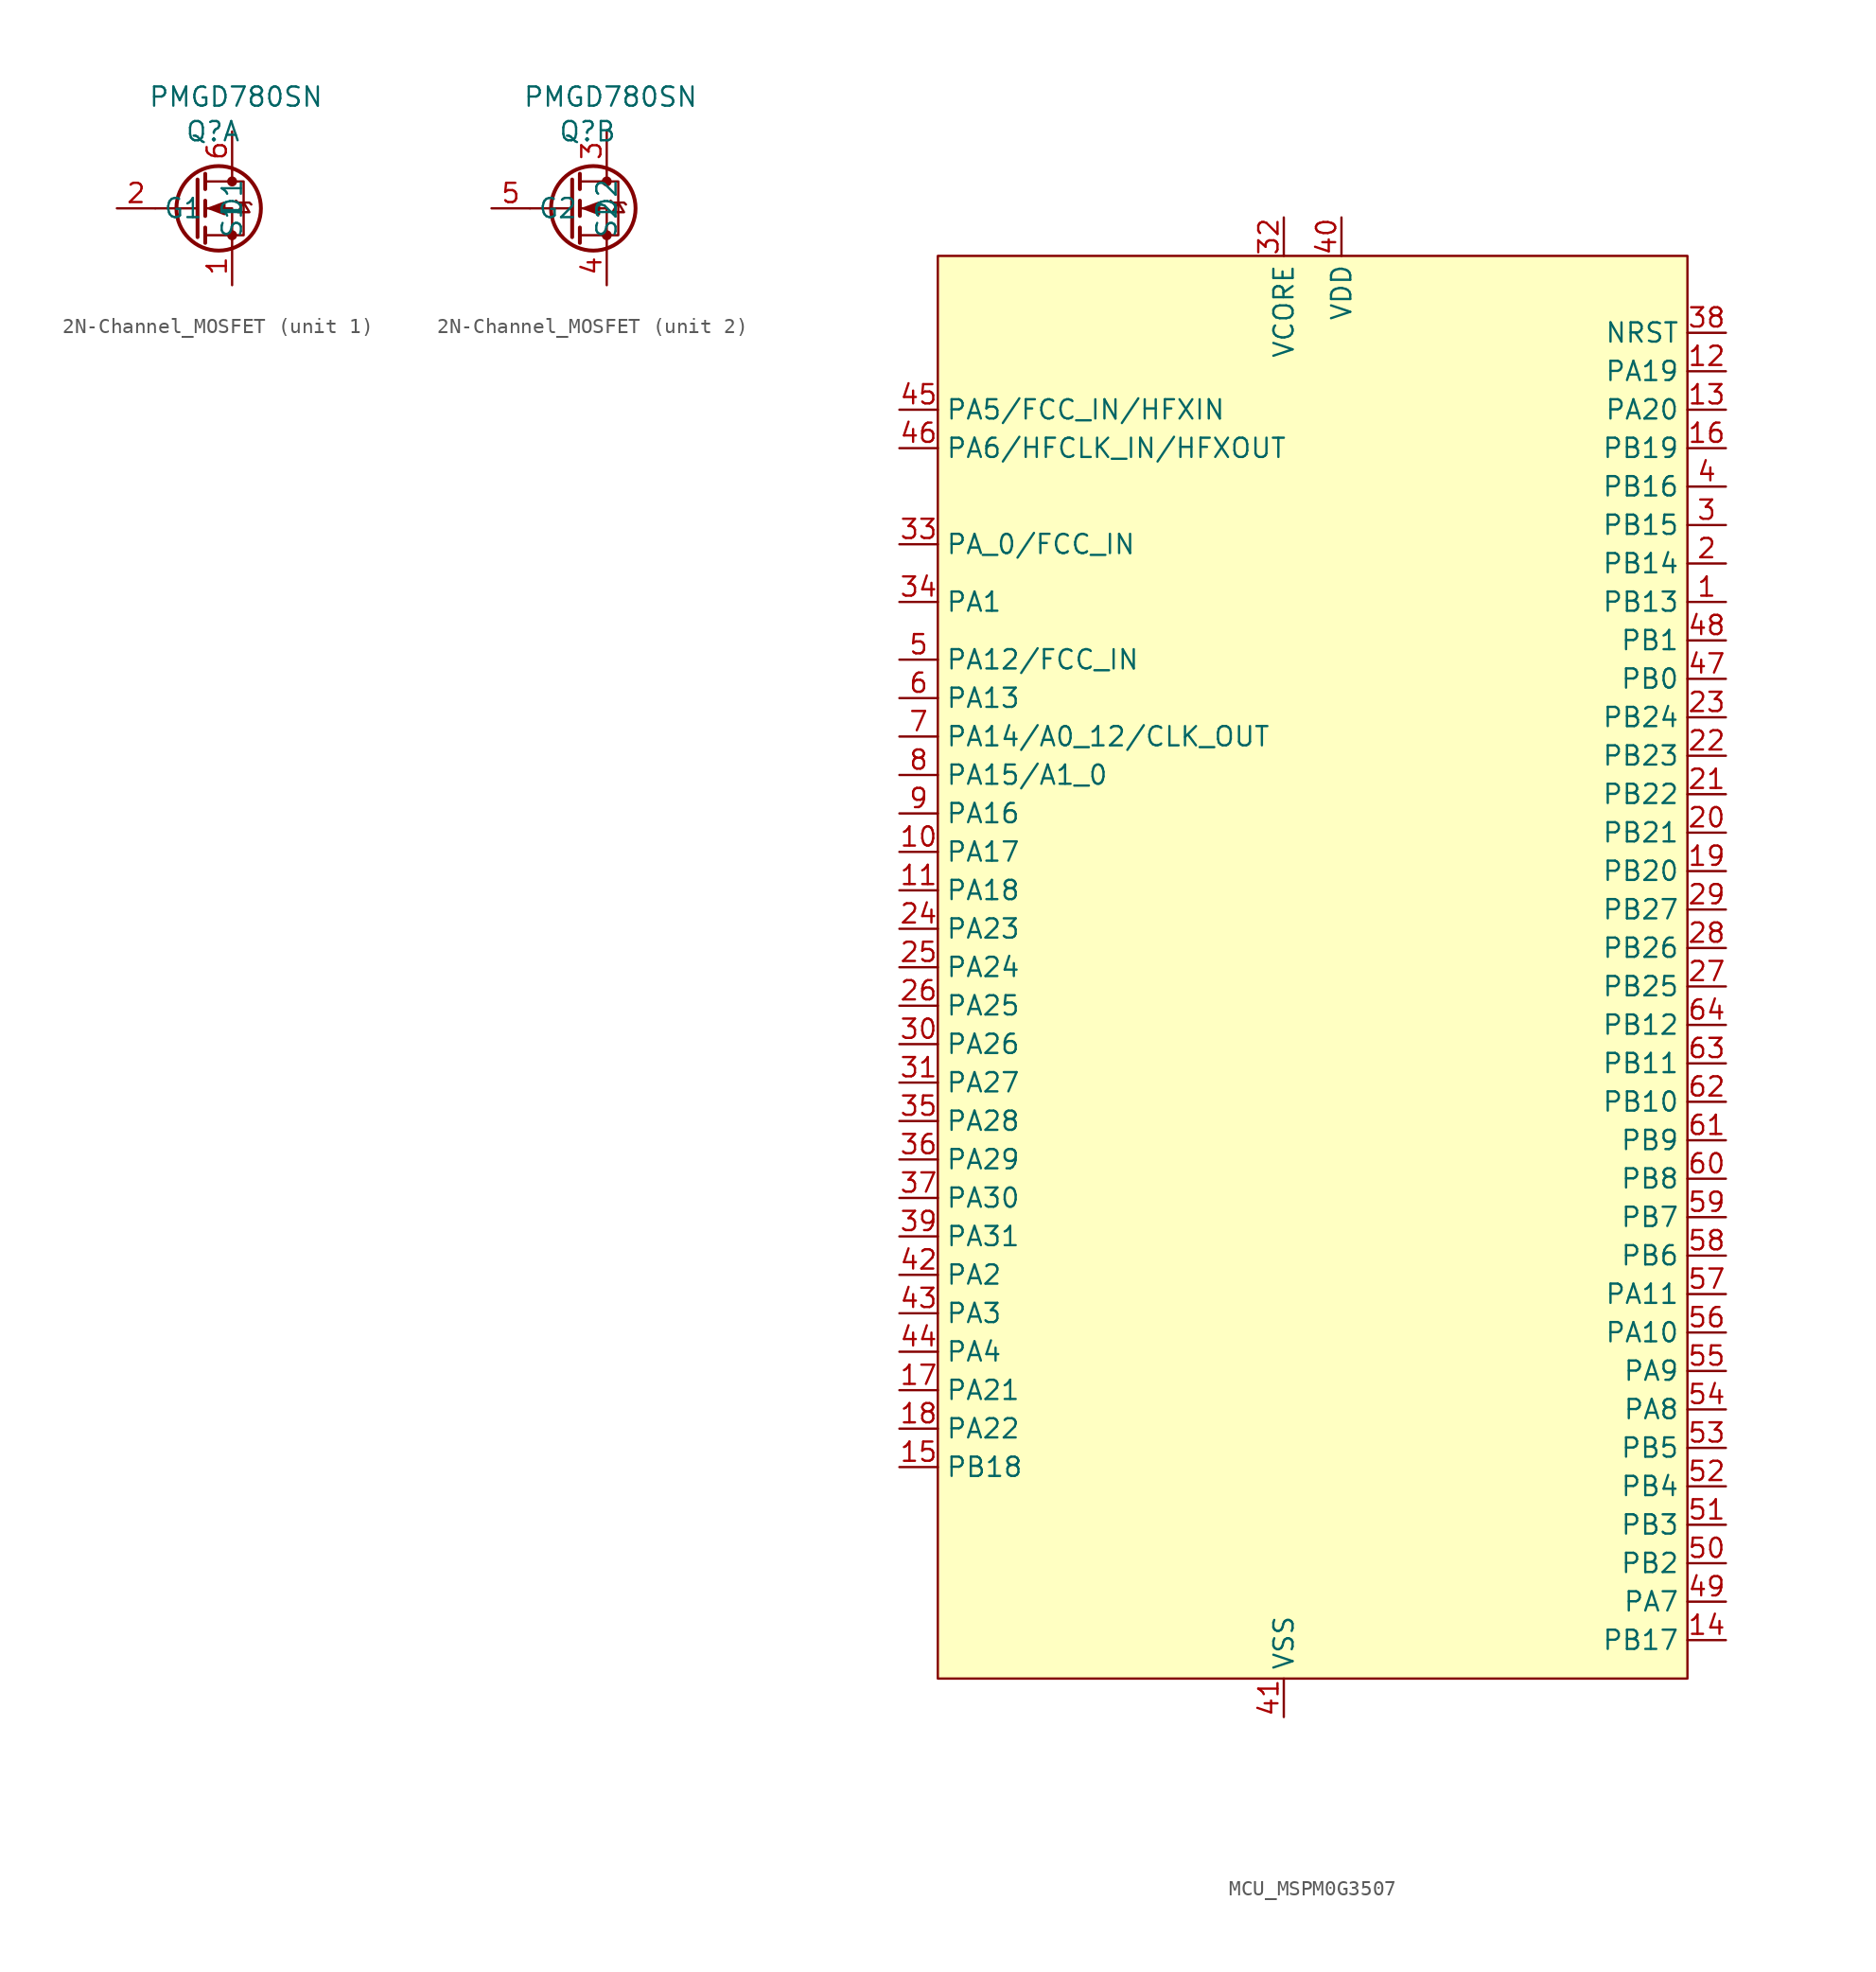
<source format=kicad_sym>
(kicad_symbol_lib
  (version 20241209)
  (generator "kicad_symbol_editor")
  (generator_version "9.0")
  (symbol "2N-Channel_MOSFET"
    (property "Reference" "Q"
      (at 0 5.08 0)
      (effects (font (size 1.27 1.27))))
    (property "Value" "PMGD780SN"
      (at 1.524 7.366 0)
      (effects (font (size 1.27 1.27))))
    (symbol "2N-Channel_MOSFET_0_1"
      (polyline (pts (xy -1.016 1.905) (xy -1.016 -1.905)) (stroke (width 0.254) (type default)) (fill (type none)))
      (polyline (pts (xy -1.016 0) (xy -3.81 0)) (stroke (width 0) (type default)) (fill (type none)))
      (polyline (pts (xy -0.508 2.286) (xy -0.508 1.27)) (stroke (width 0.254) (type default)) (fill (type none)))
      (polyline (pts (xy -0.508 0.508) (xy -0.508 -0.508)) (stroke (width 0.254) (type default)) (fill (type none)))
      (polyline (pts (xy -0.508 -1.27) (xy -0.508 -2.286)) (stroke (width 0.254) (type default)) (fill (type none)))
      (polyline (pts (xy -0.508 -1.778) (xy 2.032 -1.778) (xy 2.032 1.778) (xy -0.508 1.778)) (stroke (width 0) (type default)) (fill (type none)))
      (polyline (pts (xy -0.254 0) (xy 0.762 0.381) (xy 0.762 -0.381) (xy -0.254 0)) (stroke (width 0) (type default)) (fill (type outline)))
      (circle (center 0.381 0) (radius 2.794) (stroke (width 0.254) (type default)) (fill (type none)))
      (polyline (pts (xy 1.27 2.54) (xy 1.27 1.778)) (stroke (width 0) (type default)) (fill (type none)))
      (circle (center 1.27 1.778) (radius 0.254) (stroke (width 0) (type default)) (fill (type outline)))
      (circle (center 1.27 -1.778) (radius 0.254) (stroke (width 0) (type default)) (fill (type outline)))
      (polyline (pts (xy 1.27 -2.54) (xy 1.27 0) (xy -0.508 0)) (stroke (width 0) (type default)) (fill (type none)))
      (polyline (pts (xy 1.524 0.508) (xy 1.651 0.381) (xy 2.413 0.381) (xy 2.54 0.254)) (stroke (width 0) (type default)) (fill (type none)))
      (polyline (pts (xy 2.032 0.381) (xy 1.651 -0.254) (xy 2.413 -0.254) (xy 2.032 0.381)) (stroke (width 0) (type default)) (fill (type none))))
    (symbol "2N-Channel_MOSFET_1_1"
      (pin input line (at -6.35 0 0) (length 2.54) (name "G1" (effects (font (size 1.27 1.27)))) (number "2" (effects (font (size 1.27 1.27)))))
      (pin passive line (at 1.27 5.08 270) (length 2.54) (name "D1" (effects (font (size 1.27 1.27)))) (number "6" (effects (font (size 1.27 1.27)))))
      (pin passive line (at 1.27 -5.08 90) (length 2.54) (name "S1" (effects (font (size 1.27 1.27)))) (number "1" (effects (font (size 1.27 1.27))))))
    (symbol "2N-Channel_MOSFET_2_1"
      (pin input line (at -6.35 0 0) (length 2.54) (name "G2" (effects (font (size 1.27 1.27)))) (number "5" (effects (font (size 1.27 1.27)))))
      (pin passive line (at 1.27 5.08 270) (length 2.54) (name "D2" (effects (font (size 1.27 1.27)))) (number "3" (effects (font (size 1.27 1.27)))))
      (pin passive line (at 1.27 -5.08 90) (length 2.54) (name "S2" (effects (font (size 1.27 1.27)))) (number "4" (effects (font (size 1.27 1.27)))))))
  (symbol "MCU_MSPM0G3507"
    (property "Reference" "U"
      (at 0 0 0)
      (effects (font (size 1.27 1.27)) (hide yes)))
    (property "Value" ""
      (at 0 0 0)
      (effects (font (size 1.27 1.27))))
    (symbol "MCU_MSPM0G3507_1_1"
      (rectangle (start -22.86 25.4) (end 26.67 -68.58) (stroke (width 0) (type solid)) (fill (type background)))
      (pin input line (at -25.4 15.24 0) (length 2.54) (name "PA5/FCC_IN/HFXIN" (effects (font (size 1.27 1.27)))) (number "45" (effects (font (size 1.27 1.27)))) (alternate "FCC_IN" input line) (alternate "HFXIN" input line))
      (pin input line (at -25.4 12.7 0) (length 2.54) (name "PA6/HFCLK_IN/HFXOUT" (effects (font (size 1.27 1.27)))) (number "46" (effects (font (size 1.27 1.27)))) (alternate "HFCLK_IN" input line) (alternate "HFXOUT" input line))
      (pin input line (at -25.4 6.35 0) (length 2.54) (name "PA_0/FCC_IN" (effects (font (size 1.27 1.27)))) (number "33" (effects (font (size 1.27 1.27)))) (alternate "FCC_IN" input line))
      (pin input line (at -25.4 2.54 0) (length 2.54) (name "PA1" (effects (font (size 1.27 1.27)))) (number "34" (effects (font (size 1.27 1.27)))))
      (pin input line (at -25.4 -1.27 0) (length 2.54) (name "PA12/FCC_IN" (effects (font (size 1.27 1.27)))) (number "5" (effects (font (size 1.27 1.27)))) (alternate "FCC_IN" input line))
      (pin input line (at -25.4 -3.81 0) (length 2.54) (name "PA13" (effects (font (size 1.27 1.27)))) (number "6" (effects (font (size 1.27 1.27)))))
      (pin input line (at -25.4 -6.35 0) (length 2.54) (name "PA14/A0_12/CLK_OUT" (effects (font (size 1.27 1.27)))) (number "7" (effects (font (size 1.27 1.27)))) (alternate "A0__12" input line) (alternate "CLK_OUT" input line))
      (pin input line (at -25.4 -8.89 0) (length 2.54) (name "PA15/A1_0" (effects (font (size 1.27 1.27)))) (number "8" (effects (font (size 1.27 1.27)))) (alternate "A1_0" input line))
      (pin input line (at -25.4 -11.43 0) (length 2.54) (name "PA16" (effects (font (size 1.27 1.27)))) (number "9" (effects (font (size 1.27 1.27)))) (alternate "A1_1" input line) (alternate "FCC_IN" input line))
      (pin input line (at -25.4 -13.97 0) (length 2.54) (name "PA17" (effects (font (size 1.27 1.27)))) (number "10" (effects (font (size 1.27 1.27)))) (alternate "A1_2" input line))
      (pin input line (at -25.4 -16.51 0) (length 2.54) (name "PA18" (effects (font (size 1.27 1.27)))) (number "11" (effects (font (size 1.27 1.27)))) (alternate "A1_3" input line))
      (pin input line (at -25.4 -19.05 0) (length 2.54) (name "PA23" (effects (font (size 1.27 1.27)))) (number "24" (effects (font (size 1.27 1.27)))) (alternate "VREF+" input line))
      (pin input line (at -25.4 -21.59 0) (length 2.54) (name "PA24" (effects (font (size 1.27 1.27)))) (number "25" (effects (font (size 1.27 1.27)))) (alternate "A0_3" input line))
      (pin input line (at -25.4 -24.13 0) (length 2.54) (name "PA25" (effects (font (size 1.27 1.27)))) (number "26" (effects (font (size 1.27 1.27)))) (alternate "A0_2" input line))
      (pin input line (at -25.4 -26.67 0) (length 2.54) (name "PA26" (effects (font (size 1.27 1.27)))) (number "30" (effects (font (size 1.27 1.27)))) (alternate "A0_1" input line))
      (pin input line (at -25.4 -29.21 0) (length 2.54) (name "PA27" (effects (font (size 1.27 1.27)))) (number "31" (effects (font (size 1.27 1.27)))) (alternate "A0_0" input line))
      (pin input line (at -25.4 -31.75 0) (length 2.54) (name "PA28" (effects (font (size 1.27 1.27)))) (number "35" (effects (font (size 1.27 1.27)))))
      (pin input line (at -25.4 -34.29 0) (length 2.54) (name "PA29" (effects (font (size 1.27 1.27)))) (number "36" (effects (font (size 1.27 1.27)))))
      (pin input line (at -25.4 -36.83 0) (length 2.54) (name "PA30" (effects (font (size 1.27 1.27)))) (number "37" (effects (font (size 1.27 1.27)))))
      (pin input line (at -25.4 -39.37 0) (length 2.54) (name "PA31" (effects (font (size 1.27 1.27)))) (number "39" (effects (font (size 1.27 1.27)))) (alternate "CLK_OUT" input line))
      (pin input line (at -25.4 -41.91 0) (length 2.54) (name "PA2" (effects (font (size 1.27 1.27)))) (number "42" (effects (font (size 1.27 1.27)))) (alternate "ROSC" input line))
      (pin input line (at -25.4 -44.45 0) (length 2.54) (name "PA3" (effects (font (size 1.27 1.27)))) (number "43" (effects (font (size 1.27 1.27)))) (alternate "LFXIN" input line))
      (pin input line (at -25.4 -46.99 0) (length 2.54) (name "PA4" (effects (font (size 1.27 1.27)))) (number "44" (effects (font (size 1.27 1.27)))) (alternate "LFCLK_IN" input line) (alternate "LFXOUT" input line))
      (pin input line (at -25.4 -49.53 0) (length 2.54) (name "PA21" (effects (font (size 1.27 1.27)))) (number "17" (effects (font (size 1.27 1.27)))) (alternate "A1_7" input line) (alternate "VREF-" input line))
      (pin input line (at -25.4 -52.07 0) (length 2.54) (name "PA22" (effects (font (size 1.27 1.27)))) (number "18" (effects (font (size 1.27 1.27)))) (alternate "A0_7" input line) (alternate "CLK_OUT" input line))
      (pin input line (at -25.4 -54.61 0) (length 2.54) (name "PB18" (effects (font (size 1.27 1.27)))) (number "15" (effects (font (size 1.27 1.27)))) (alternate "A1_5" input line))
      (pin input line (at 0 27.94 270) (length 2.54) (name "VCORE" (effects (font (size 1.27 1.27)))) (number "32" (effects (font (size 1.27 1.27)))))
      (pin input line (at 0 -71.12 90) (length 2.54) (name "VSS" (effects (font (size 1.27 1.27)))) (number "41" (effects (font (size 1.27 1.27)))))
      (pin input line (at 3.81 27.94 270) (length 2.54) (name "VDD" (effects (font (size 1.27 1.27)))) (number "40" (effects (font (size 1.27 1.27)))))
      (pin input line (at 29.21 20.32 180) (length 2.54) (name "NRST" (effects (font (size 1.27 1.27)))) (number "38" (effects (font (size 1.27 1.27)))))
      (pin input line (at 29.21 17.78 180) (length 2.54) (name "PA19" (effects (font (size 1.27 1.27)))) (number "12" (effects (font (size 1.27 1.27)))) (alternate "SWDIO" input line))
      (pin input line (at 29.21 15.24 180) (length 2.54) (name "PA20" (effects (font (size 1.27 1.27)))) (number "13" (effects (font (size 1.27 1.27)))) (alternate "SWCLK" input line))
      (pin input line (at 29.21 12.7 180) (length 2.54) (name "PB19" (effects (font (size 1.27 1.27)))) (number "16" (effects (font (size 1.27 1.27)))) (alternate "A1_6" input line))
      (pin input line (at 29.21 10.16 180) (length 2.54) (name "PB16" (effects (font (size 1.27 1.27)))) (number "4" (effects (font (size 1.27 1.27)))))
      (pin input line (at 29.21 7.62 180) (length 2.54) (name "PB15" (effects (font (size 1.27 1.27)))) (number "3" (effects (font (size 1.27 1.27)))))
      (pin input line (at 29.21 5.08 180) (length 2.54) (name "PB14" (effects (font (size 1.27 1.27)))) (number "2" (effects (font (size 1.27 1.27)))))
      (pin input line (at 29.21 2.54 180) (length 2.54) (name "PB13" (effects (font (size 1.27 1.27)))) (number "1" (effects (font (size 1.27 1.27)))))
      (pin input line (at 29.21 0 180) (length 2.54) (name "PB1" (effects (font (size 1.27 1.27)))) (number "48" (effects (font (size 1.27 1.27)))))
      (pin input line (at 29.21 -2.54 180) (length 2.54) (name "PB0" (effects (font (size 1.27 1.27)))) (number "47" (effects (font (size 1.27 1.27)))))
      (pin input line (at 29.21 -5.08 180) (length 2.54) (name "PB24" (effects (font (size 1.27 1.27)))) (number "23" (effects (font (size 1.27 1.27)))) (alternate "A0_5" input line))
      (pin input line (at 29.21 -7.62 180) (length 2.54) (name "PB23" (effects (font (size 1.27 1.27)))) (number "22" (effects (font (size 1.27 1.27)))))
      (pin input line (at 29.21 -10.16 180) (length 2.54) (name "PB22" (effects (font (size 1.27 1.27)))) (number "21" (effects (font (size 1.27 1.27)))))
      (pin input line (at 29.21 -12.7 180) (length 2.54) (name "PB21" (effects (font (size 1.27 1.27)))) (number "20" (effects (font (size 1.27 1.27)))))
      (pin input line (at 29.21 -15.24 180) (length 2.54) (name "PB20" (effects (font (size 1.27 1.27)))) (number "19" (effects (font (size 1.27 1.27)))) (alternate "A0_6" input line))
      (pin input line (at 29.21 -17.78 180) (length 2.54) (name "PB27" (effects (font (size 1.27 1.27)))) (number "29" (effects (font (size 1.27 1.27)))))
      (pin input line (at 29.21 -20.32 180) (length 2.54) (name "PB26" (effects (font (size 1.27 1.27)))) (number "28" (effects (font (size 1.27 1.27)))))
      (pin input line (at 29.21 -22.86 180) (length 2.54) (name "PB25" (effects (font (size 1.27 1.27)))) (number "27" (effects (font (size 1.27 1.27)))) (alternate "A0_4" input line))
      (pin input line (at 29.21 -25.4 180) (length 2.54) (name "PB12" (effects (font (size 1.27 1.27)))) (number "64" (effects (font (size 1.27 1.27)))))
      (pin input line (at 29.21 -27.94 180) (length 2.54) (name "PB11" (effects (font (size 1.27 1.27)))) (number "63" (effects (font (size 1.27 1.27)))) (alternate "CLK_OUT" input line))
      (pin input line (at 29.21 -30.48 180) (length 2.54) (name "PB10" (effects (font (size 1.27 1.27)))) (number "62" (effects (font (size 1.27 1.27)))))
      (pin input line (at 29.21 -33.02 180) (length 2.54) (name "PB9" (effects (font (size 1.27 1.27)))) (number "61" (effects (font (size 1.27 1.27)))))
      (pin input line (at 29.21 -35.56 180) (length 2.54) (name "PB8" (effects (font (size 1.27 1.27)))) (number "60" (effects (font (size 1.27 1.27)))))
      (pin input line (at 29.21 -38.1 180) (length 2.54) (name "PB7" (effects (font (size 1.27 1.27)))) (number "59" (effects (font (size 1.27 1.27)))))
      (pin input line (at 29.21 -40.64 180) (length 2.54) (name "PB6" (effects (font (size 1.27 1.27)))) (number "58" (effects (font (size 1.27 1.27)))))
      (pin input line (at 29.21 -43.18 180) (length 2.54) (name "PA11" (effects (font (size 1.27 1.27)))) (number "57" (effects (font (size 1.27 1.27)))))
      (pin input line (at 29.21 -45.72 180) (length 2.54) (name "PA10" (effects (font (size 1.27 1.27)))) (number "56" (effects (font (size 1.27 1.27)))) (alternate "CLK_OUT" input line))
      (pin input line (at 29.21 -48.26 180) (length 2.54) (name "PA9" (effects (font (size 1.27 1.27)))) (number "55" (effects (font (size 1.27 1.27)))) (alternate "CLK_OUT" input line) (alternate "RTC_OUT" input line))
      (pin input line (at 29.21 -50.8 180) (length 2.54) (name "PA8" (effects (font (size 1.27 1.27)))) (number "54" (effects (font (size 1.27 1.27)))))
      (pin input line (at 29.21 -53.34 180) (length 2.54) (name "PB5" (effects (font (size 1.27 1.27)))) (number "53" (effects (font (size 1.27 1.27)))))
      (pin input line (at 29.21 -55.88 180) (length 2.54) (name "PB4" (effects (font (size 1.27 1.27)))) (number "52" (effects (font (size 1.27 1.27)))))
      (pin input line (at 29.21 -58.42 180) (length 2.54) (name "PB3" (effects (font (size 1.27 1.27)))) (number "51" (effects (font (size 1.27 1.27)))))
      (pin input line (at 29.21 -60.96 180) (length 2.54) (name "PB2" (effects (font (size 1.27 1.27)))) (number "50" (effects (font (size 1.27 1.27)))))
      (pin input line (at 29.21 -63.5 180) (length 2.54) (name "PA7" (effects (font (size 1.27 1.27)))) (number "49" (effects (font (size 1.27 1.27)))) (alternate "CLK_OUT" input line))
      (pin input line (at 29.21 -66.04 180) (length 2.54) (name "PB17" (effects (font (size 1.27 1.27)))) (number "14" (effects (font (size 1.27 1.27)))) (alternate "A1_4" input line)))))
</source>
